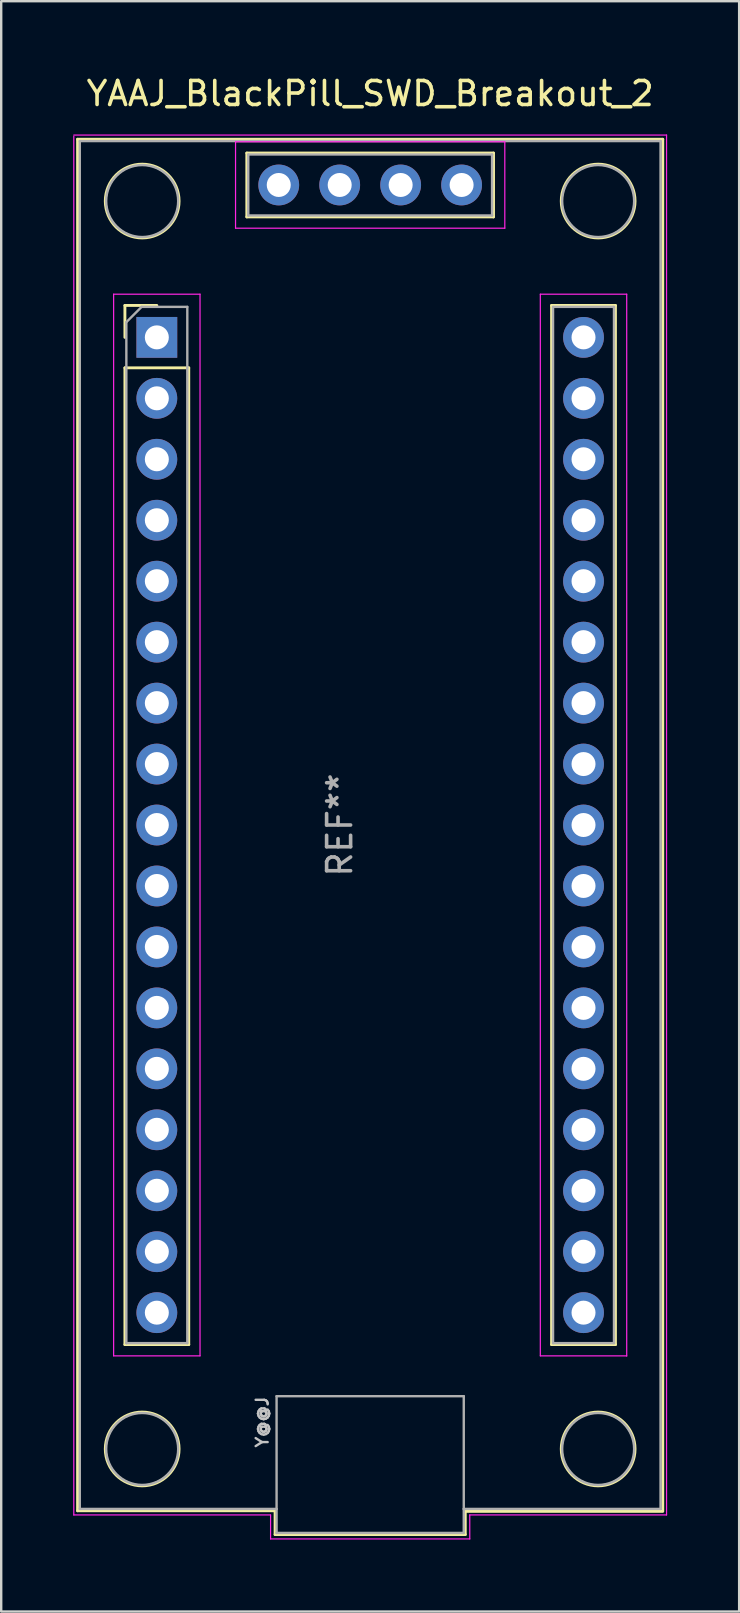
<source format=kicad_pcb>
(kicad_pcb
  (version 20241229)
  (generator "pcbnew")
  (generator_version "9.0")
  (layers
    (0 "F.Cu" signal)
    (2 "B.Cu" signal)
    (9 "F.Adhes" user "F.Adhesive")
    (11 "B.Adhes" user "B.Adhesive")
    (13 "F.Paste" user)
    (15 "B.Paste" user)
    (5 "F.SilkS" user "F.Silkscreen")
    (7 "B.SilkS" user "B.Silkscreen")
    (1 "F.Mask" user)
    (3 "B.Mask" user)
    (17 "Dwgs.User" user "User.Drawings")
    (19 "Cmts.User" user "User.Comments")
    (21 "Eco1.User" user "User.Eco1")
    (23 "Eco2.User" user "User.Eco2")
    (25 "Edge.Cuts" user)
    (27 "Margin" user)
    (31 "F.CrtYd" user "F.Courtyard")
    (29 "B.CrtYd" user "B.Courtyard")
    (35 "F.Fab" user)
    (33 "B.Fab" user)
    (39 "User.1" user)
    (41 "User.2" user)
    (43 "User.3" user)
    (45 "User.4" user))
  (footprint "YAAJ_BlackPill_SWD_Breakout_2"
    (layer "F.Cu")
    (at 3.485 11.008)
    (property "Reference" "YAAJ_BlackPill_SWD_Breakout_2" (at 8.89 -10.16 0) (layer "F.SilkS") (effects (font (size 1 1) (thickness 0.15))))
    (attr through_hole)
    (fp_line (start -3.302 -8.255) (end 21.082 -8.255) (stroke (width 0.12) (type solid)) (layer "F.SilkS"))
    (fp_line (start -3.302 48.895) (end -3.302 -8.255) (stroke (width 0.12) (type solid)) (layer "F.SilkS"))
    (fp_line (start -3.302 48.895) (end 4.928 48.895) (stroke (width 0.12) (type solid)) (layer "F.SilkS"))
    (fp_line (start -1.33 -1.33) (end -1.33 0) (stroke (width 0.12) (type solid)) (layer "F.SilkS"))
    (fp_line (start -1.33 -1.33) (end 0 -1.33) (stroke (width 0.12) (type solid)) (layer "F.SilkS"))
    (fp_line (start -1.33 1.27) (end -1.33 41.97) (stroke (width 0.12) (type solid)) (layer "F.SilkS"))
    (fp_line (start -1.33 1.27) (end 1.33 1.27) (stroke (width 0.12) (type solid)) (layer "F.SilkS"))
    (fp_line (start 1.33 1.27) (end 1.33 41.97) (stroke (width 0.12) (type solid)) (layer "F.SilkS"))
    (fp_line (start 1.33 41.97) (end -1.33 41.97) (stroke (width 0.12) (type solid)) (layer "F.SilkS"))
    (fp_line (start 3.75 -7.68) (end 3.75 -5.02) (stroke (width 0.12) (type solid)) (layer "F.SilkS"))
    (fp_line (start 3.75 -5.02) (end 14.03 -5.02) (stroke (width 0.12) (type solid)) (layer "F.SilkS"))
    (fp_line (start 4.928 48.895) (end 4.928 49.886) (stroke (width 0.12) (type solid)) (layer "F.SilkS"))
    (fp_line (start 4.928 49.886) (end 12.852 49.886) (stroke (width 0.12) (type solid)) (layer "F.SilkS"))
    (fp_line (start 12.852 48.92) (end 21.082 48.92) (stroke (width 0.12) (type solid)) (layer "F.SilkS"))
    (fp_line (start 12.852 49.886) (end 12.852 48.92) (stroke (width 0.12) (type solid)) (layer "F.SilkS"))
    (fp_line (start 14.03 -7.68) (end 3.75 -7.68) (stroke (width 0.12) (type solid)) (layer "F.SilkS"))
    (fp_line (start 14.03 -5.02) (end 14.03 -7.68) (stroke (width 0.12) (type solid)) (layer "F.SilkS"))
    (fp_line (start 16.45 -1.33) (end 16.45 41.97) (stroke (width 0.12) (type solid)) (layer "F.SilkS"))
    (fp_line (start 16.45 -1.33) (end 19.11 -1.33) (stroke (width 0.12) (type solid)) (layer "F.SilkS"))
    (fp_line (start 16.45 41.97) (end 19.11 41.97) (stroke (width 0.12) (type solid)) (layer "F.SilkS"))
    (fp_line (start 19.11 -1.33) (end 19.11 41.97) (stroke (width 0.12) (type solid)) (layer "F.SilkS"))
    (fp_line (start 21.082 -8.255) (end 21.082 48.895) (stroke (width 0.12) (type solid)) (layer "F.SilkS"))
    (fp_circle (center -0.61 -5.68) (end 0.927 -5.68) (stroke (width 0.12) (type solid)) (fill no) (layer "F.SilkS"))
    (fp_circle (center -0.61 46.32) (end 0.927 46.32) (stroke (width 0.12) (type solid)) (fill no) (layer "F.SilkS"))
    (fp_circle (center 18.39 -5.68) (end 19.927 -5.68) (stroke (width 0.12) (type solid)) (fill no) (layer "F.SilkS"))
    (fp_circle (center 18.39 46.32) (end 19.927 46.32) (stroke (width 0.12) (type solid)) (fill no) (layer "F.SilkS"))
    (fp_line (start -3.46 -8.43) (end 21.24 -8.43) (stroke (width 0.05) (type solid)) (layer "F.CrtYd"))
    (fp_line (start -3.46 49.07) (end -3.46 -8.382) (stroke (width 0.05) (type solid)) (layer "F.CrtYd"))
    (fp_line (start -1.8 -1.8) (end 1.8 -1.8) (stroke (width 0.05) (type solid)) (layer "F.CrtYd"))
    (fp_line (start -1.8 42.44) (end -1.8 -1.8) (stroke (width 0.05) (type solid)) (layer "F.CrtYd"))
    (fp_line (start 1.8 -1.8) (end 1.8 42.44) (stroke (width 0.05) (type solid)) (layer "F.CrtYd"))
    (fp_line (start 1.8 42.44) (end -1.8 42.44) (stroke (width 0.05) (type solid)) (layer "F.CrtYd"))
    (fp_line (start 3.28 -8.15) (end 14.5 -8.15) (stroke (width 0.05) (type solid)) (layer "F.CrtYd"))
    (fp_line (start 3.28 -4.55) (end 3.28 -8.15) (stroke (width 0.05) (type solid)) (layer "F.CrtYd"))
    (fp_line (start 4.74 49.07) (end -3.46 49.07) (stroke (width 0.05) (type solid)) (layer "F.CrtYd"))
    (fp_line (start 4.74 50.07) (end 4.74 49.07) (stroke (width 0.05) (type solid)) (layer "F.CrtYd"))
    (fp_line (start 13.04 49.07) (end 13.04 50.07) (stroke (width 0.05) (type solid)) (layer "F.CrtYd"))
    (fp_line (start 13.04 50.07) (end 4.74 50.07) (stroke (width 0.05) (type solid)) (layer "F.CrtYd"))
    (fp_line (start 14.5 -8.15) (end 14.5 -4.55) (stroke (width 0.05) (type solid)) (layer "F.CrtYd"))
    (fp_line (start 14.5 -4.55) (end 3.28 -4.55) (stroke (width 0.05) (type solid)) (layer "F.CrtYd"))
    (fp_line (start 15.98 -1.8) (end 19.58 -1.8) (stroke (width 0.05) (type solid)) (layer "F.CrtYd"))
    (fp_line (start 15.98 42.44) (end 15.98 -1.8) (stroke (width 0.05) (type solid)) (layer "F.CrtYd"))
    (fp_line (start 19.58 -1.8) (end 19.58 42.45) (stroke (width 0.05) (type solid)) (layer "F.CrtYd"))
    (fp_line (start 19.58 42.44) (end 15.98 42.44) (stroke (width 0.05) (type solid)) (layer "F.CrtYd"))
    (fp_line (start 21.24 -8.43) (end 21.24 49.07) (stroke (width 0.05) (type solid)) (layer "F.CrtYd"))
    (fp_line (start 21.24 49.07) (end 13.04 49.07) (stroke (width 0.05) (type solid)) (layer "F.CrtYd"))
    (fp_line (start -3.21 -8.18) (end -3.21 48.82) (stroke (width 0.1) (type solid)) (layer "F.Fab"))
    (fp_line (start -3.21 -8.18) (end 20.99 -8.18) (stroke (width 0.1) (type solid)) (layer "F.Fab"))
    (fp_line (start -3.21 48.82) (end 4.99 48.82) (stroke (width 0.1) (type solid)) (layer "F.Fab"))
    (fp_line (start -1.27 41.91) (end -1.27 -0.635) (stroke (width 0.1) (type solid)) (layer "F.Fab"))
    (fp_line (start -1.27 41.91) (end 1.27 41.91) (stroke (width 0.1) (type solid)) (layer "F.Fab"))
    (fp_line (start -0.635 -1.27) (end -1.27 -0.635) (stroke (width 0.1) (type solid)) (layer "F.Fab"))
    (fp_line (start -0.635 -1.27) (end 1.27 -1.27) (stroke (width 0.1) (type solid)) (layer "F.Fab"))
    (fp_line (start 1.27 -1.27) (end 1.27 41.91) (stroke (width 0.1) (type solid)) (layer "F.Fab"))
    (fp_line (start 3.81 -7.62) (end 13.97 -7.62) (stroke (width 0.1) (type solid)) (layer "F.Fab"))
    (fp_line (start 3.81 -5.08) (end 3.81 -7.62) (stroke (width 0.1) (type solid)) (layer "F.Fab"))
    (fp_line (start 4.99 44.12) (end 4.99 48.82) (stroke (width 0.1) (type solid)) (layer "F.Fab"))
    (fp_line (start 4.99 48.82) (end 4.99 49.82) (stroke (width 0.1) (type solid)) (layer "F.Fab"))
    (fp_line (start 4.99 49.82) (end 12.79 49.82) (stroke (width 0.1) (type solid)) (layer "F.Fab"))
    (fp_line (start 12.79 44.12) (end 4.99 44.12) (stroke (width 0.1) (type solid)) (layer "F.Fab"))
    (fp_line (start 12.79 48.82) (end 12.79 44.12) (stroke (width 0.1) (type solid)) (layer "F.Fab"))
    (fp_line (start 12.79 48.82) (end 20.99 48.82) (stroke (width 0.1) (type solid)) (layer "F.Fab"))
    (fp_line (start 12.79 49.82) (end 12.79 48.82) (stroke (width 0.1) (type solid)) (layer "F.Fab"))
    (fp_line (start 13.97 -7.62) (end 13.97 -5.08) (stroke (width 0.1) (type solid)) (layer "F.Fab"))
    (fp_line (start 13.97 -5.08) (end 3.81 -5.08) (stroke (width 0.1) (type solid)) (layer "F.Fab"))
    (fp_line (start 16.51 -1.27) (end 19.05 -1.27) (stroke (width 0.1) (type solid)) (layer "F.Fab"))
    (fp_line (start 16.51 41.91) (end 16.51 -1.27) (stroke (width 0.1) (type solid)) (layer "F.Fab"))
    (fp_line (start 19.05 -1.27) (end 19.05 41.91) (stroke (width 0.1) (type solid)) (layer "F.Fab"))
    (fp_line (start 19.05 41.91) (end 16.51 41.91) (stroke (width 0.1) (type solid)) (layer "F.Fab"))
    (fp_line (start 20.99 48.82) (end 20.99 -8.18) (stroke (width 0.1) (type solid)) (layer "F.Fab"))
    (fp_circle (center -0.61 -5.68) (end 0.89 -5.68) (stroke (width 0.1) (type solid)) (fill no) (layer "F.Fab"))
    (fp_circle (center -0.61 46.32) (end 0.89 46.32) (stroke (width 0.1) (type solid)) (fill no) (layer "F.Fab"))
    (fp_circle (center 18.39 -5.68) (end 19.89 -5.68) (stroke (width 0.1) (type solid)) (fill no) (layer "F.Fab"))
    (fp_circle (center 18.39 46.32) (end 19.89 46.32) (stroke (width 0.1) (type solid)) (fill no) (layer "F.Fab"))
    (fp_text user "Y@@J" (at 4.392 45.2 270) (layer "Dwgs.User") (effects (font (size 0.5 0.5) (thickness 0.1))))
    (fp_text user "REF**" (at 7.62 20.32 90) (layer "F.Fab") (effects (font (size 1 1) (thickness 0.15))))
    (pad "1" thru_hole rect (at 0 0) (size 1.7 1.7) (drill 1) (layers "*.Cu" "*.Mask"))
    (pad "2" thru_hole circle (at 0 2.54) (size 1.7 1.7) (drill 1) (layers "*.Cu" "*.Mask"))
    (pad "3" thru_hole circle (at 0 5.08) (size 1.7 1.7) (drill 1) (layers "*.Cu" "*.Mask"))
    (pad "4" thru_hole circle (at 0 7.62) (size 1.7 1.7) (drill 1) (layers "*.Cu" "*.Mask"))
    (pad "5" thru_hole circle (at 0 10.16) (size 1.7 1.7) (drill 1) (layers "*.Cu" "*.Mask"))
    (pad "6" thru_hole circle (at 0 12.7) (size 1.7 1.7) (drill 1) (layers "*.Cu" "*.Mask"))
    (pad "7" thru_hole circle (at 0 15.24) (size 1.7 1.7) (drill 1) (layers "*.Cu" "*.Mask"))
    (pad "8" thru_hole circle (at 0 17.78) (size 1.7 1.7) (drill 1) (layers "*.Cu" "*.Mask"))
    (pad "9" thru_hole circle (at 0 20.32) (size 1.7 1.7) (drill 1) (layers "*.Cu" "*.Mask"))
    (pad "10" thru_hole circle (at 0 22.86) (size 1.7 1.7) (drill 1) (layers "*.Cu" "*.Mask"))
    (pad "11" thru_hole circle (at 0 25.4) (size 1.7 1.7) (drill 1) (layers "*.Cu" "*.Mask"))
    (pad "12" thru_hole circle (at 0 27.94) (size 1.7 1.7) (drill 1) (layers "*.Cu" "*.Mask"))
    (pad "13" thru_hole circle (at 0 30.48) (size 1.7 1.7) (drill 1) (layers "*.Cu" "*.Mask"))
    (pad "14" thru_hole circle (at 0 33.02) (size 1.7 1.7) (drill 1) (layers "*.Cu" "*.Mask"))
    (pad "15" thru_hole circle (at 0 35.56) (size 1.7 1.7) (drill 1) (layers "*.Cu" "*.Mask"))
    (pad "16" thru_hole circle (at 0 38.1) (size 1.7 1.7) (drill 1) (layers "*.Cu" "*.Mask"))
    (pad "17" thru_hole circle (at 0 40.64) (size 1.7 1.7) (drill 1) (layers "*.Cu" "*.Mask"))
    (pad "18" thru_hole circle (at 17.78 40.64) (size 1.7 1.7) (drill 1) (layers "*.Cu" "*.Mask"))
    (pad "19" thru_hole circle (at 17.78 38.1) (size 1.7 1.7) (drill 1) (layers "*.Cu" "*.Mask"))
    (pad "20" thru_hole circle (at 17.78 35.56) (size 1.7 1.7) (drill 1) (layers "*.Cu" "*.Mask"))
    (pad "21" thru_hole circle (at 17.78 33.02) (size 1.7 1.7) (drill 1) (layers "*.Cu" "*.Mask"))
    (pad "22" thru_hole circle (at 17.78 30.48) (size 1.7 1.7) (drill 1) (layers "*.Cu" "*.Mask"))
    (pad "23" thru_hole circle (at 17.78 27.94) (size 1.7 1.7) (drill 1) (layers "*.Cu" "*.Mask"))
    (pad "24" thru_hole circle (at 17.78 25.4) (size 1.7 1.7) (drill 1) (layers "*.Cu" "*.Mask"))
    (pad "25" thru_hole circle (at 17.78 22.86) (size 1.7 1.7) (drill 1) (layers "*.Cu" "*.Mask"))
    (pad "26" thru_hole circle (at 17.78 20.32) (size 1.7 1.7) (drill 1) (layers "*.Cu" "*.Mask"))
    (pad "27" thru_hole circle (at 17.78 17.78) (size 1.7 1.7) (drill 1) (layers "*.Cu" "*.Mask"))
    (pad "28" thru_hole circle (at 17.78 15.24) (size 1.7 1.7) (drill 1) (layers "*.Cu" "*.Mask"))
    (pad "29" thru_hole circle (at 17.78 12.7) (size 1.7 1.7) (drill 1) (layers "*.Cu" "*.Mask"))
    (pad "30" thru_hole circle (at 17.78 10.16) (size 1.7 1.7) (drill 1) (layers "*.Cu" "*.Mask"))
    (pad "31" thru_hole circle (at 17.78 7.62) (size 1.7 1.7) (drill 1) (layers "*.Cu" "*.Mask"))
    (pad "32" thru_hole circle (at 17.78 5.08) (size 1.7 1.7) (drill 1) (layers "*.Cu" "*.Mask"))
    (pad "33" thru_hole circle (at 17.78 2.54) (size 1.7 1.7) (drill 1) (layers "*.Cu" "*.Mask"))
    (pad "34" thru_hole circle (at 17.78 0) (size 1.7 1.7) (drill 1) (layers "*.Cu" "*.Mask"))
    (pad "35" thru_hole circle (at 12.7 -6.35) (size 1.7 1.7) (drill 1) (layers "*.Cu" "*.Mask"))
    (pad "36" thru_hole circle (at 10.16 -6.35) (size 1.7 1.7) (drill 1) (layers "*.Cu" "*.Mask"))
    (pad "37" thru_hole circle (at 7.62 -6.35) (size 1.7 1.7) (drill 1) (layers "*.Cu" "*.Mask"))
    (pad "38" thru_hole circle (at 5.08 -6.35) (size 1.7 1.7) (drill 1) (layers "*.Cu" "*.Mask")))
  (gr_rect
    (start -3 -3)
    (end 27.75 64.103)
    (stroke (width 0.1) (type default))
    (fill no)
    (layer "Edge.Cuts")))
</source>
